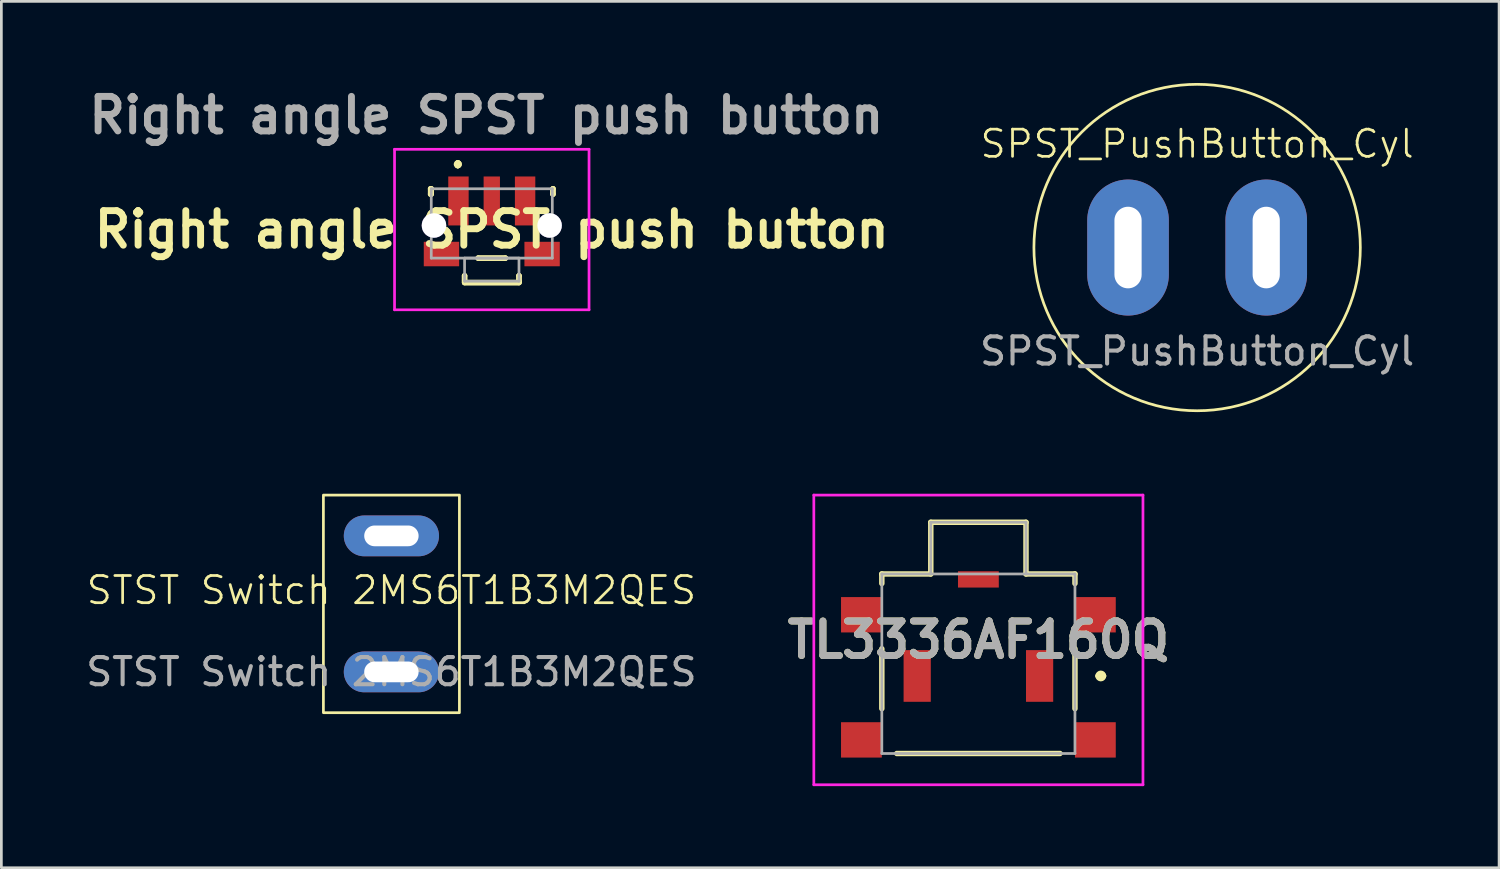
<source format=kicad_pcb>
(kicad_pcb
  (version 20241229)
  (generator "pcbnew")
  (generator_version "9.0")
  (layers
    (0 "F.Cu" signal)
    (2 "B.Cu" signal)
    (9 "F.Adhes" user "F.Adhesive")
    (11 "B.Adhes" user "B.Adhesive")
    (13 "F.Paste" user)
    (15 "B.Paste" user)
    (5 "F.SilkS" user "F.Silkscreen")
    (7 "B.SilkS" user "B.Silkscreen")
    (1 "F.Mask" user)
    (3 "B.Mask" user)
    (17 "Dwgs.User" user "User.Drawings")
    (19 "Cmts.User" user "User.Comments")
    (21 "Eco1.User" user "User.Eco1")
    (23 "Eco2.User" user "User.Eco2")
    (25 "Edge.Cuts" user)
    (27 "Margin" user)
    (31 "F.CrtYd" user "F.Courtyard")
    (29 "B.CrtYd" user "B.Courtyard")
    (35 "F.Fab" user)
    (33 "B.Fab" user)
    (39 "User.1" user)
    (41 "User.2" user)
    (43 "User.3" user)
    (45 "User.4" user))
  (footprint "STST Switch 2MS6T1B3M2QES"
    (layer "F.Cu")
    (at 11.339 19.15)
    (property "Reference" "STST Switch 2MS6T1B3M2QES" (at 0 -0.5 0) (unlocked yes) (layer "F.SilkS") (effects (font (size 1 1) (thickness 0.1))))
    (attr through_hole)
    (fp_rect (start -2.5 -4) (end 2.5 4) (stroke (width 0.1) (type default)) (fill no) (layer "F.SilkS"))
    (fp_text user "${REFERENCE}" (at 0 2.5 0) (unlocked yes) (layer "F.Fab") (effects (font (size 1 1) (thickness 0.15))))
    (pad "1" thru_hole oval (at 0 -2.5) (size 3.5 1.5) (drill oval 2 0.762) (layers "*.Cu" "*.Mask"))
    (pad "2" thru_hole oval (at 0 2.5) (size 3.5 1.5) (drill oval 2 0.762) (layers "*.Cu" "*.Mask")))
  (footprint "SPST_PushButton_Cyl"
    (layer "F.Cu")
    (at 40.959 6.05)
    (property "Reference" "SPST_PushButton_Cyl" (at 0 -3.81 0) (unlocked yes) (layer "F.SilkS") (effects (font (size 1 1) (thickness 0.1))))
    (attr through_hole)
    (fp_circle (center 0 0) (end 6 0) (stroke (width 0.1) (type default)) (fill no) (layer "F.SilkS"))
    (fp_text user "${REFERENCE}" (at 0 3.81 0) (unlocked yes) (layer "F.Fab") (effects (font (size 1 1) (thickness 0.15))))
    (pad "1" thru_hole oval (at -2.54 0) (size 3 5) (drill oval 1 3) (layers "*.Cu" "*.Mask"))
    (pad "2" thru_hole oval (at 2.54 0) (size 3 5) (drill oval 1 3) (layers "*.Cu" "*.Mask")))
  (footprint "Right angle SPST push button"
    (layer "F.Cu")
    (at 15.029 5.326)
    (property "Reference" "Right angle SPST push button" (at 0 0.063 0) (layer "F.SilkS") (effects (font (size 1.27 1.27) (thickness 0.254))))
    (attr through_hole)
    (fp_line (start -2.25 -1.437) (end -2.25 -1.238) (stroke (width 0.2) (type solid)) (layer "F.SilkS"))
    (fp_line (start -2.25 -1.238) (end -2.225 -1.238) (stroke (width 0.2) (type solid)) (layer "F.SilkS"))
    (fp_line (start -2.225 -1.437) (end -2.25 -1.437) (stroke (width 0.2) (type solid)) (layer "F.SilkS"))
    (fp_line (start -2.225 -1.238) (end -2.225 -1.437) (stroke (width 0.2) (type solid)) (layer "F.SilkS"))
    (fp_line (start -1.25 -2.388) (end -1.25 -2.388) (stroke (width 0.2) (type solid)) (layer "F.SilkS"))
    (fp_line (start -1.25 -2.288) (end -1.25 -2.288) (stroke (width 0.2) (type solid)) (layer "F.SilkS"))
    (fp_line (start -1.25 -2.288) (end -1.25 -2.288) (stroke (width 0.2) (type solid)) (layer "F.SilkS"))
    (fp_line (start -1 1.762) (end -1 1.762) (stroke (width 0.2) (type solid)) (layer "F.SilkS"))
    (fp_line (start -1 1.762) (end -1 1.962) (stroke (width 0.2) (type solid)) (layer "F.SilkS"))
    (fp_line (start -1 1.962) (end -1 1.762) (stroke (width 0.2) (type solid)) (layer "F.SilkS"))
    (fp_line (start -1 1.962) (end -1 1.962) (stroke (width 0.2) (type solid)) (layer "F.SilkS"))
    (fp_line (start -1 2.013) (end -1 2.013) (stroke (width 0.2) (type solid)) (layer "F.SilkS"))
    (fp_line (start -1 2.013) (end 1 2.013) (stroke (width 0.2) (type solid)) (layer "F.SilkS"))
    (fp_line (start -0.5 1.113) (end -0.5 1.113) (stroke (width 0.2) (type solid)) (layer "F.SilkS"))
    (fp_line (start -0.5 1.113) (end 0.5 1.113) (stroke (width 0.2) (type solid)) (layer "F.SilkS"))
    (fp_line (start 0.5 1.113) (end -0.5 1.113) (stroke (width 0.2) (type solid)) (layer "F.SilkS"))
    (fp_line (start 0.5 1.113) (end 0.5 1.113) (stroke (width 0.2) (type solid)) (layer "F.SilkS"))
    (fp_line (start 1 1.762) (end 1 1.762) (stroke (width 0.2) (type solid)) (layer "F.SilkS"))
    (fp_line (start 1 1.762) (end 1 1.962) (stroke (width 0.2) (type solid)) (layer "F.SilkS"))
    (fp_line (start 1 1.962) (end 1 1.762) (stroke (width 0.2) (type solid)) (layer "F.SilkS"))
    (fp_line (start 1 1.962) (end 1 1.962) (stroke (width 0.2) (type solid)) (layer "F.SilkS"))
    (fp_line (start 1 2.013) (end -1 2.013) (stroke (width 0.2) (type solid)) (layer "F.SilkS"))
    (fp_line (start 1 2.013) (end 1 2.013) (stroke (width 0.2) (type solid)) (layer "F.SilkS"))
    (fp_line (start 2.25 -1.437) (end 2.25 -1.437) (stroke (width 0.2) (type solid)) (layer "F.SilkS"))
    (fp_line (start 2.25 -1.437) (end 2.25 -1.238) (stroke (width 0.2) (type solid)) (layer "F.SilkS"))
    (fp_line (start 2.25 -1.238) (end 2.25 -1.437) (stroke (width 0.2) (type solid)) (layer "F.SilkS"))
    (fp_line (start 2.25 -1.238) (end 2.25 -1.238) (stroke (width 0.2) (type solid)) (layer "F.SilkS"))
    (fp_arc (start -1.25 -2.388) (mid -1.2 -2.338) (end -1.25 -2.288) (stroke (width 0.2) (type solid)) (layer "F.SilkS"))
    (fp_arc (start -1.25 -2.388) (mid -1.2 -2.338) (end -1.25 -2.288) (stroke (width 0.2) (type solid)) (layer "F.SilkS"))
    (fp_arc (start -1.25 -2.288) (mid -1.3 -2.338) (end -1.25 -2.388) (stroke (width 0.2) (type solid)) (layer "F.SilkS"))
    (fp_line (start -3.575 -2.888) (end 3.575 -2.888) (stroke (width 0.1) (type solid)) (layer "F.CrtYd"))
    (fp_line (start -3.575 3.013) (end -3.575 -2.888) (stroke (width 0.1) (type solid)) (layer "F.CrtYd"))
    (fp_line (start 3.575 -2.888) (end 3.575 3.013) (stroke (width 0.1) (type solid)) (layer "F.CrtYd"))
    (fp_line (start 3.575 3.013) (end -3.575 3.013) (stroke (width 0.1) (type solid)) (layer "F.CrtYd"))
    (fp_line (start -2.225 -1.437) (end -2.225 1.113) (stroke (width 0.1) (type solid)) (layer "F.Fab"))
    (fp_line (start -2.225 1.113) (end 2.225 1.113) (stroke (width 0.1) (type solid)) (layer "F.Fab"))
    (fp_line (start -1 1.113) (end -1 1.962) (stroke (width 0.1) (type solid)) (layer "F.Fab"))
    (fp_line (start -1 1.962) (end 1 1.962) (stroke (width 0.1) (type solid)) (layer "F.Fab"))
    (fp_line (start 1 1.113) (end -1 1.113) (stroke (width 0.1) (type solid)) (layer "F.Fab"))
    (fp_line (start 1 1.962) (end 1 1.113) (stroke (width 0.1) (type solid)) (layer "F.Fab"))
    (fp_line (start 2.225 -1.437) (end -2.225 -1.437) (stroke (width 0.1) (type solid)) (layer "F.Fab"))
    (fp_line (start 2.225 1.113) (end 2.225 -1.437) (stroke (width 0.1) (type solid)) (layer "F.Fab"))
    (fp_text user "${REFERENCE}" (at -0.2 -4.137 0) (layer "F.Fab") (effects (font (size 1.27 1.27) (thickness 0.254))))
    (pad "1" smd rect (at -1.225 -0.988) (size 0.75 1.8) (layers "F.Cu" "F.Mask" "F.Paste"))
    (pad "2" smd rect (at 0 -0.988) (size 0.6 1.8) (layers "F.Cu" "F.Mask" "F.Paste"))
    (pad "3" smd rect (at 1.225 -0.988) (size 0.75 1.8) (layers "F.Cu" "F.Mask" "F.Paste"))
    (pad "MH1" thru_hole circle (at -2.125 -0.087) (size 0.9 0.9) (drill 0.9) (layers "*.Cu" "*.Mask"))
    (pad "MH2" thru_hole circle (at 2.125 -0.087) (size 0.9 0.9) (drill 0.9) (layers "*.Cu" "*.Mask"))
    (pad "MP1" smd rect (at -1.85 0.963 90) (size 0.9 1.3) (layers "F.Cu" "F.Mask" "F.Paste"))
    (pad "MP2" smd rect (at 1.85 0.963 90) (size 0.9 1.3) (layers "F.Cu" "F.Mask" "F.Paste")))
  (footprint "TL3336AF160Q"
    (layer "F.Cu")
    (at 32.918 21.35)
    (property "Reference" "TL3336AF160Q" (at 0 -0.875 0) (layer "F.SilkS") (effects (font (size 1.27 1.27) (thickness 0.254))))
    (attr smd)
    (fp_line (start -3.55 -3.3) (end -3.55 -2.95) (stroke (width 0.2) (type solid)) (layer "F.SilkS"))
    (fp_line (start -3.55 -0.55) (end -3.55 1.65) (stroke (width 0.2) (type solid)) (layer "F.SilkS"))
    (fp_line (start -1.75 -5.2) (end -1.75 -3.3) (stroke (width 0.2) (type solid)) (layer "F.SilkS"))
    (fp_line (start -1.75 -3.3) (end -3.55 -3.3) (stroke (width 0.2) (type solid)) (layer "F.SilkS"))
    (fp_line (start 1.75 -5.2) (end -1.75 -5.2) (stroke (width 0.2) (type solid)) (layer "F.SilkS"))
    (fp_line (start 1.75 -3.3) (end 1.75 -5.2) (stroke (width 0.2) (type solid)) (layer "F.SilkS"))
    (fp_line (start 3 3.3) (end -3 3.3) (stroke (width 0.2) (type solid)) (layer "F.SilkS"))
    (fp_line (start 3.55 -3.3) (end 1.75 -3.3) (stroke (width 0.2) (type solid)) (layer "F.SilkS"))
    (fp_line (start 3.55 -2.95) (end 3.55 -3.3) (stroke (width 0.2) (type solid)) (layer "F.SilkS"))
    (fp_line (start 3.55 -0.55) (end 3.55 1.65) (stroke (width 0.2) (type solid)) (layer "F.SilkS"))
    (fp_line (start 4.4 0.45) (end 4.4 0.45) (stroke (width 0.2) (type solid)) (layer "F.SilkS"))
    (fp_line (start 4.6 0.45) (end 4.6 0.45) (stroke (width 0.2) (type solid)) (layer "F.SilkS"))
    (fp_arc (start 4.4 0.45) (mid 4.5 0.35) (end 4.6 0.45) (stroke (width 0.2) (type solid)) (layer "F.SilkS"))
    (fp_arc (start 4.6 0.45) (mid 4.5 0.55) (end 4.4 0.45) (stroke (width 0.2) (type solid)) (layer "F.SilkS"))
    (fp_line (start -6.05 -6.2) (end -6.05 4.45) (stroke (width 0.1) (type solid)) (layer "F.CrtYd"))
    (fp_line (start -6.05 4.45) (end 6.05 4.45) (stroke (width 0.1) (type solid)) (layer "F.CrtYd"))
    (fp_line (start 6.05 -6.2) (end -6.05 -6.2) (stroke (width 0.1) (type solid)) (layer "F.CrtYd"))
    (fp_line (start 6.05 4.45) (end 6.05 -6.2) (stroke (width 0.1) (type solid)) (layer "F.CrtYd"))
    (fp_line (start -3.55 -3.3) (end -3.55 3.3) (stroke (width 0.1) (type solid)) (layer "F.Fab"))
    (fp_line (start -3.55 3.3) (end 3.55 3.3) (stroke (width 0.1) (type solid)) (layer "F.Fab"))
    (fp_line (start -1.75 -5.2) (end -1.75 -3.3) (stroke (width 0.1) (type solid)) (layer "F.Fab"))
    (fp_line (start 1.75 -5.2) (end -1.75 -5.2) (stroke (width 0.1) (type solid)) (layer "F.Fab"))
    (fp_line (start 1.75 -3.3) (end 1.75 -5.2) (stroke (width 0.1) (type solid)) (layer "F.Fab"))
    (fp_line (start 3.55 -3.3) (end -3.55 -3.3) (stroke (width 0.1) (type solid)) (layer "F.Fab"))
    (fp_line (start 3.55 3.3) (end 3.55 -3.3) (stroke (width 0.1) (type solid)) (layer "F.Fab"))
    (fp_text user "${REFERENCE}" (at 0 -0.875 0) (layer "F.Fab") (effects (font (size 1.27 1.27) (thickness 0.254))))
    (pad "1" smd rect (at 2.25 0.45) (size 1 1.9) (layers "F.Cu" "F.Mask" "F.Paste"))
    (pad "2" smd rect (at -2.25 0.45) (size 1 1.9) (layers "F.Cu" "F.Mask" "F.Paste"))
    (pad "MP1" smd rect (at 4.3 -1.8 90) (size 1.3 1.5) (layers "F.Cu" "F.Mask" "F.Paste"))
    (pad "MP2" smd rect (at 4.3 2.8 90) (size 1.3 1.5) (layers "F.Cu" "F.Mask" "F.Paste"))
    (pad "MP3" smd rect (at -4.3 2.8 90) (size 1.3 1.5) (layers "F.Cu" "F.Mask" "F.Paste"))
    (pad "MP4" smd rect (at -4.3 -1.8 90) (size 1.3 1.5) (layers "F.Cu" "F.Mask" "F.Paste"))
    (pad "MP5" smd rect (at 0 -3.1 90) (size 0.6 1.5) (layers "F.Cu" "F.Mask" "F.Paste")))
  (gr_rect
    (start -3 -3)
    (end 52.06 28.85)
    (stroke (width 0.1) (type default))
    (fill no)
    (layer "Edge.Cuts")))
</source>
